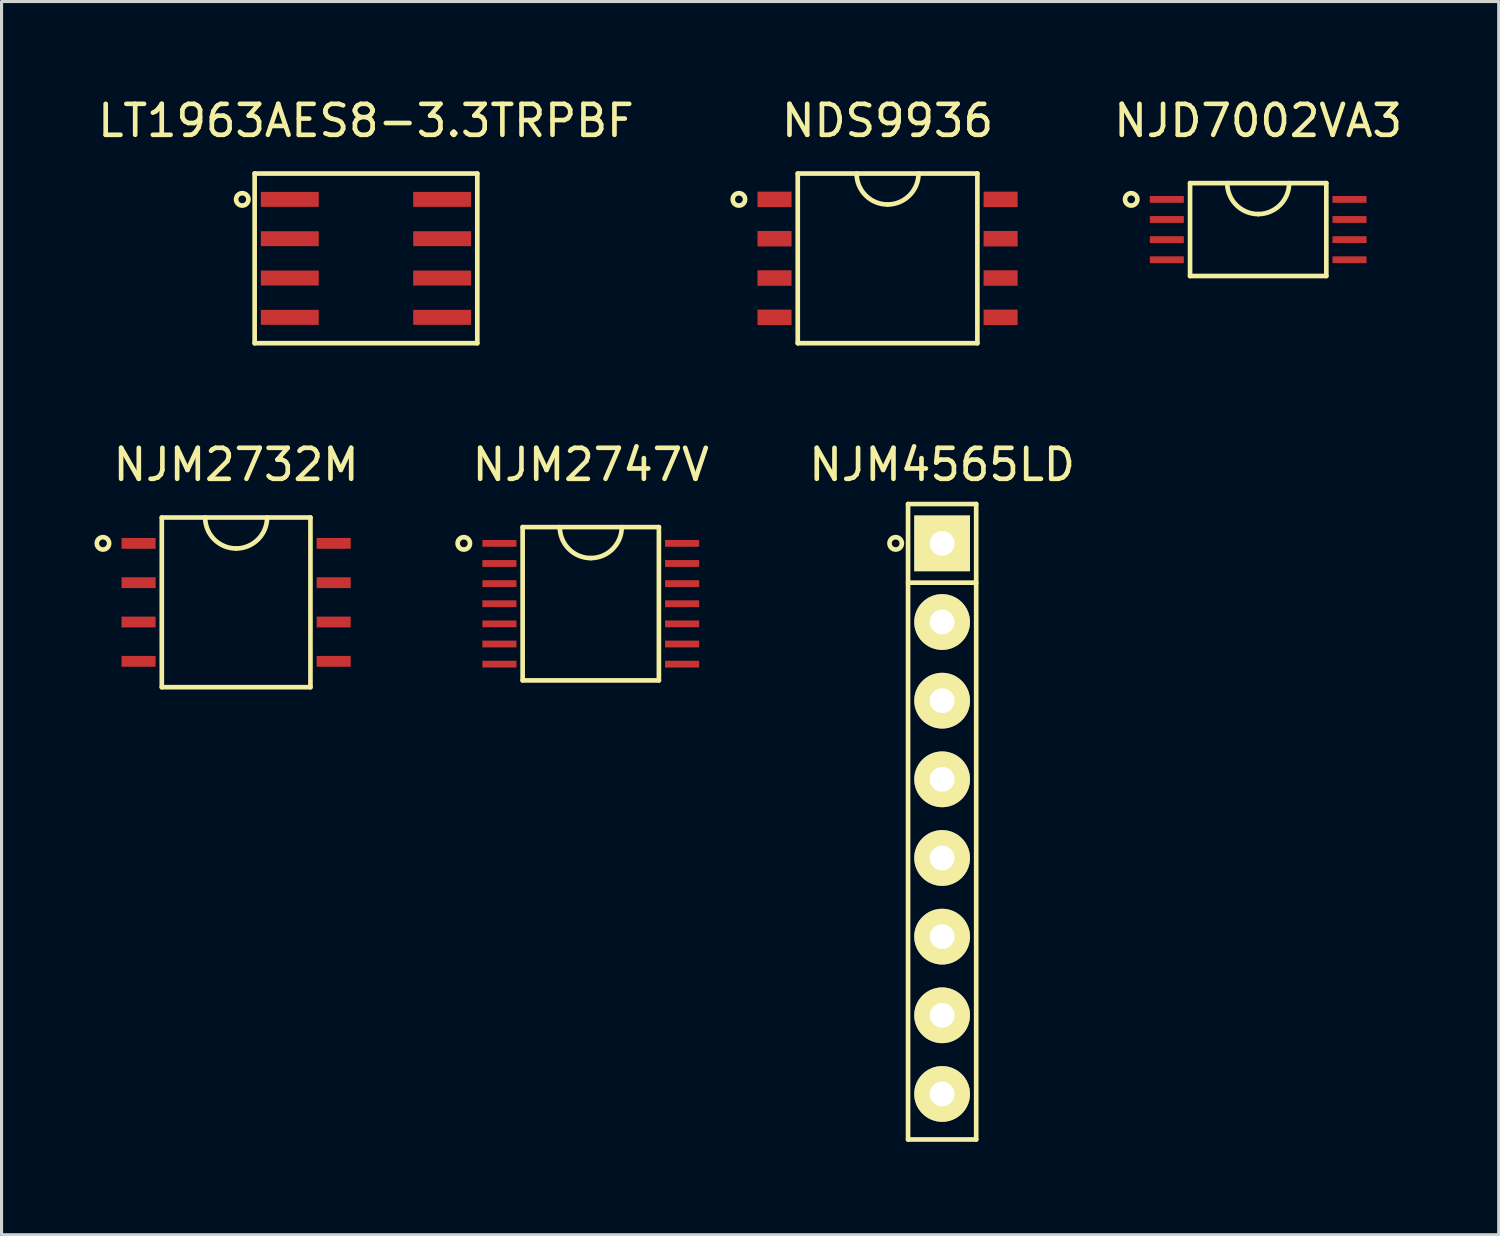
<source format=kicad_pcb>
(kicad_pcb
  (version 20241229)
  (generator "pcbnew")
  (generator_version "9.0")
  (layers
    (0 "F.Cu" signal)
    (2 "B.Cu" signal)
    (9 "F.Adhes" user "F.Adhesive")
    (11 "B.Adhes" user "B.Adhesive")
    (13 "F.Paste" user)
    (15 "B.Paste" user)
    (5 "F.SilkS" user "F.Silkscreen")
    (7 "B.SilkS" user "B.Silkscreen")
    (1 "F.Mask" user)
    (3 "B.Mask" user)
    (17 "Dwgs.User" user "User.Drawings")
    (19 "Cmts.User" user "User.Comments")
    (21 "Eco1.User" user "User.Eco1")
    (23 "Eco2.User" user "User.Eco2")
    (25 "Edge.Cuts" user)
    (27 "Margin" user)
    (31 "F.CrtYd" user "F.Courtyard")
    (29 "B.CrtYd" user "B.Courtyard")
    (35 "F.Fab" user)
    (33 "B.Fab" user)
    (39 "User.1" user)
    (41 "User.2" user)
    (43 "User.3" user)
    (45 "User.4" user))
  (footprint "NDS9936"
    (layer "F.Cu")
    (at 21.961 3.388)
    (property "Reference" "NDS9936" (at 3.65 -2.54 0) (layer "F.SilkS") (effects (font (size 1 1) (thickness 0.15))))
    (attr through_hole)
    (fp_line (start 0.75 -0.835) (end 6.55 -0.835) (stroke (width 0.15) (type solid)) (layer "F.SilkS"))
    (fp_line (start 0.75 4.645) (end 0.75 -0.835) (stroke (width 0.15) (type solid)) (layer "F.SilkS"))
    (fp_line (start 6.55 -0.835) (end 6.55 4.645) (stroke (width 0.15) (type solid)) (layer "F.SilkS"))
    (fp_line (start 6.55 4.645) (end 0.75 4.645) (stroke (width 0.15) (type solid)) (layer "F.SilkS"))
    (fp_arc (start 3.65 0.165) (mid 2.942893 -0.127893) (end 2.65 -0.835) (stroke (width 0.15) (type solid)) (layer "F.SilkS"))
    (fp_arc (start 4.65 -0.835) (mid 4.357107 -0.127893) (end 3.65 0.165) (stroke (width 0.15) (type solid)) (layer "F.SilkS"))
    (fp_circle (center -1.15 0) (end -1.15 0.2) (stroke (width 0.15) (type solid)) (fill no) (layer "F.SilkS"))
    (pad "1" smd rect (at 0 0) (size 1.1 0.5) (layers "F.Cu" "F.Mask" "F.Paste"))
    (pad "2" smd rect (at 0 1.27) (size 1.1 0.5) (layers "F.Cu" "F.Mask" "F.Paste"))
    (pad "3" smd rect (at 0 2.54) (size 1.1 0.5) (layers "F.Cu" "F.Mask" "F.Paste"))
    (pad "4" smd rect (at 0 3.81) (size 1.1 0.5) (layers "F.Cu" "F.Mask" "F.Paste"))
    (pad "5" smd rect (at 7.3 3.81) (size 1.1 0.5) (layers "F.Cu" "F.Mask" "F.Paste"))
    (pad "6" smd rect (at 7.3 2.54) (size 1.1 0.5) (layers "F.Cu" "F.Mask" "F.Paste"))
    (pad "7" smd rect (at 7.3 1.27) (size 1.1 0.5) (layers "F.Cu" "F.Mask" "F.Paste"))
    (pad "8" smd rect (at 7.3 0) (size 1.1 0.5) (layers "F.Cu" "F.Mask" "F.Paste")))
  (footprint "NJM4565LD"
    (layer "F.Cu")
    (at 27.373 14.496)
    (property "Reference" "NJM4565LD" (at 0 -2.54 0) (layer "F.SilkS") (effects (font (size 1 1) (thickness 0.15))))
    (attr through_hole)
    (fp_line (start -1.1 -1.27) (end 1.1 -1.27) (stroke (width 0.15) (type solid)) (layer "F.SilkS"))
    (fp_line (start -1.1 1.27) (end 1.1 1.27) (stroke (width 0.15) (type solid)) (layer "F.SilkS"))
    (fp_line (start -1.1 19.25) (end -1.1 -1.27) (stroke (width 0.15) (type solid)) (layer "F.SilkS"))
    (fp_line (start 1.1 -1.27) (end 1.1 19.25) (stroke (width 0.15) (type solid)) (layer "F.SilkS"))
    (fp_line (start 1.1 19.25) (end -1.1 19.25) (stroke (width 0.15) (type solid)) (layer "F.SilkS"))
    (fp_circle (center -1.5 0) (end -1.5 0.2) (stroke (width 0.15) (type solid)) (fill no) (layer "F.SilkS"))
    (pad "1" thru_hole rect (at 0 0) (size 1.8 1.8) (drill 0.8) (layers "*.Cu" "*.Mask" "F.SilkS"))
    (pad "2" thru_hole circle (at 0 2.54) (size 1.8 1.8) (drill 0.8) (layers "*.Cu" "*.Mask" "F.SilkS"))
    (pad "3" thru_hole circle (at 0 5.08) (size 1.8 1.8) (drill 0.8) (layers "*.Cu" "*.Mask" "F.SilkS"))
    (pad "4" thru_hole circle (at 0 7.62) (size 1.8 1.8) (drill 0.8) (layers "*.Cu" "*.Mask" "F.SilkS"))
    (pad "5" thru_hole circle (at 0 10.16) (size 1.8 1.8) (drill 0.8) (layers "*.Cu" "*.Mask" "F.SilkS"))
    (pad "6" thru_hole circle (at 0 12.7) (size 1.8 1.8) (drill 0.8) (layers "*.Cu" "*.Mask" "F.SilkS"))
    (pad "7" thru_hole circle (at 0 15.24) (size 1.8 1.8) (drill 0.8) (layers "*.Cu" "*.Mask" "F.SilkS"))
    (pad "8" thru_hole circle (at 0 17.78) (size 1.8 1.8) (drill 0.8) (layers "*.Cu" "*.Mask" "F.SilkS")))
  (footprint "NJM2747V"
    (layer "F.Cu")
    (at 13.077 14.496)
    (property "Reference" "NJM2747V" (at 2.95 -2.54 0) (layer "F.SilkS") (effects (font (size 1 1) (thickness 0.15))))
    (attr through_hole)
    (fp_line (start 0.75 -0.525) (end 5.15 -0.525) (stroke (width 0.15) (type solid)) (layer "F.SilkS"))
    (fp_line (start 0.75 4.425) (end 0.75 -0.525) (stroke (width 0.15) (type solid)) (layer "F.SilkS"))
    (fp_line (start 5.15 -0.525) (end 5.15 4.425) (stroke (width 0.15) (type solid)) (layer "F.SilkS"))
    (fp_line (start 5.15 4.425) (end 0.75 4.425) (stroke (width 0.15) (type solid)) (layer "F.SilkS"))
    (fp_arc (start 2.95 0.475) (mid 2.242893 0.182107) (end 1.95 -0.525) (stroke (width 0.15) (type solid)) (layer "F.SilkS"))
    (fp_arc (start 3.95 -0.525) (mid 3.657107 0.182107) (end 2.95 0.475) (stroke (width 0.15) (type solid)) (layer "F.SilkS"))
    (fp_circle (center -1.15 0) (end -1.15 0.2) (stroke (width 0.15) (type solid)) (fill no) (layer "F.SilkS"))
    (pad "1" smd rect (at 0 0) (size 1.1 0.22) (layers "F.Cu" "F.Mask" "F.Paste"))
    (pad "2" smd rect (at 0 0.65) (size 1.1 0.22) (layers "F.Cu" "F.Mask" "F.Paste"))
    (pad "3" smd rect (at 0 1.3) (size 1.1 0.22) (layers "F.Cu" "F.Mask" "F.Paste"))
    (pad "4" smd rect (at 0 1.95) (size 1.1 0.22) (layers "F.Cu" "F.Mask" "F.Paste"))
    (pad "5" smd rect (at 0 2.6) (size 1.1 0.22) (layers "F.Cu" "F.Mask" "F.Paste"))
    (pad "6" smd rect (at 0 3.25) (size 1.1 0.22) (layers "F.Cu" "F.Mask" "F.Paste"))
    (pad "7" smd rect (at 0 3.9) (size 1.1 0.22) (layers "F.Cu" "F.Mask" "F.Paste"))
    (pad "8" smd rect (at 5.9 3.9) (size 1.1 0.22) (layers "F.Cu" "F.Mask" "F.Paste"))
    (pad "9" smd rect (at 5.9 3.25) (size 1.1 0.22) (layers "F.Cu" "F.Mask" "F.Paste"))
    (pad "10" smd rect (at 5.9 2.6) (size 1.1 0.22) (layers "F.Cu" "F.Mask" "F.Paste"))
    (pad "11" smd rect (at 5.9 1.95) (size 1.1 0.22) (layers "F.Cu" "F.Mask" "F.Paste"))
    (pad "12" smd rect (at 5.9 1.3) (size 1.1 0.22) (layers "F.Cu" "F.Mask" "F.Paste"))
    (pad "13" smd rect (at 5.9 0.65) (size 1.1 0.22) (layers "F.Cu" "F.Mask" "F.Paste"))
    (pad "14" smd rect (at 5.9 0) (size 1.1 0.22) (layers "F.Cu" "F.Mask" "F.Paste")))
  (footprint "LT1963AES8-3.3TRPBF"
    (layer "F.Cu")
    (at 6.308 3.388)
    (property "Reference" "LT1963AES8-3.3TRPBF" (at 2.46 -2.54 0) (layer "F.SilkS") (effects (font (size 1 1) (thickness 0.15))))
    (attr through_hole)
    (fp_line (start -1.135 -0.835) (end 6.055 -0.835) (stroke (width 0.15) (type solid)) (layer "F.SilkS"))
    (fp_line (start -1.135 4.645) (end -1.135 -0.835) (stroke (width 0.15) (type solid)) (layer "F.SilkS"))
    (fp_line (start 6.055 -0.835) (end 6.055 4.645) (stroke (width 0.15) (type solid)) (layer "F.SilkS"))
    (fp_line (start 6.055 4.645) (end -1.135 4.645) (stroke (width 0.15) (type solid)) (layer "F.SilkS"))
    (fp_circle (center -1.535 0) (end -1.535 0.2) (stroke (width 0.15) (type solid)) (fill no) (layer "F.SilkS"))
    (pad "1" smd rect (at 0 0) (size 1.87 0.483) (layers "F.Cu" "F.Mask" "F.Paste"))
    (pad "2" smd rect (at 0 1.27) (size 1.87 0.483) (layers "F.Cu" "F.Mask" "F.Paste"))
    (pad "3" smd rect (at 0 2.54) (size 1.87 0.483) (layers "F.Cu" "F.Mask" "F.Paste"))
    (pad "4" smd rect (at 0 3.81) (size 1.87 0.483) (layers "F.Cu" "F.Mask" "F.Paste"))
    (pad "5" smd rect (at 4.92 3.81) (size 1.87 0.483) (layers "F.Cu" "F.Mask" "F.Paste"))
    (pad "6" smd rect (at 4.92 2.54) (size 1.87 0.483) (layers "F.Cu" "F.Mask" "F.Paste"))
    (pad "7" smd rect (at 4.92 1.27) (size 1.87 0.483) (layers "F.Cu" "F.Mask" "F.Paste"))
    (pad "8" smd rect (at 4.92 0) (size 1.87 0.483) (layers "F.Cu" "F.Mask" "F.Paste")))
  (footprint "NJM2732M"
    (layer "F.Cu")
    (at 1.425 14.496)
    (property "Reference" "NJM2732M" (at 3.15 -2.54 0) (layer "F.SilkS") (effects (font (size 1 1) (thickness 0.15))))
    (attr through_hole)
    (fp_line (start 0.75 -0.835) (end 5.55 -0.835) (stroke (width 0.15) (type solid)) (layer "F.SilkS"))
    (fp_line (start 0.75 4.645) (end 0.75 -0.835) (stroke (width 0.15) (type solid)) (layer "F.SilkS"))
    (fp_line (start 5.55 -0.835) (end 5.55 4.645) (stroke (width 0.15) (type solid)) (layer "F.SilkS"))
    (fp_line (start 5.55 4.645) (end 0.75 4.645) (stroke (width 0.15) (type solid)) (layer "F.SilkS"))
    (fp_arc (start 3.15 0.165) (mid 2.442893 -0.127893) (end 2.15 -0.835) (stroke (width 0.15) (type solid)) (layer "F.SilkS"))
    (fp_arc (start 4.15 -0.835) (mid 3.857107 -0.127893) (end 3.15 0.165) (stroke (width 0.15) (type solid)) (layer "F.SilkS"))
    (fp_circle (center -1.15 0) (end -1.15 0.2) (stroke (width 0.15) (type solid)) (fill no) (layer "F.SilkS"))
    (pad "1" smd rect (at 0 0) (size 1.1 0.35) (layers "F.Cu" "F.Mask" "F.Paste"))
    (pad "2" smd rect (at 0 1.27) (size 1.1 0.35) (layers "F.Cu" "F.Mask" "F.Paste"))
    (pad "3" smd rect (at 0 2.54) (size 1.1 0.35) (layers "F.Cu" "F.Mask" "F.Paste"))
    (pad "4" smd rect (at 0 3.81) (size 1.1 0.35) (layers "F.Cu" "F.Mask" "F.Paste"))
    (pad "5" smd rect (at 6.3 3.81) (size 1.1 0.35) (layers "F.Cu" "F.Mask" "F.Paste"))
    (pad "6" smd rect (at 6.3 2.54) (size 1.1 0.35) (layers "F.Cu" "F.Mask" "F.Paste"))
    (pad "7" smd rect (at 6.3 1.27) (size 1.1 0.35) (layers "F.Cu" "F.Mask" "F.Paste"))
    (pad "8" smd rect (at 6.3 0) (size 1.1 0.35) (layers "F.Cu" "F.Mask" "F.Paste")))
  (footprint "NJD7002VA3"
    (layer "F.Cu")
    (at 34.629 3.388)
    (property "Reference" "NJD7002VA3" (at 2.95 -2.54 0) (layer "F.SilkS") (effects (font (size 1 1) (thickness 0.15))))
    (attr through_hole)
    (fp_line (start 0.75 -0.525) (end 5.15 -0.525) (stroke (width 0.15) (type solid)) (layer "F.SilkS"))
    (fp_line (start 0.75 2.475) (end 0.75 -0.525) (stroke (width 0.15) (type solid)) (layer "F.SilkS"))
    (fp_line (start 5.15 -0.525) (end 5.15 2.475) (stroke (width 0.15) (type solid)) (layer "F.SilkS"))
    (fp_line (start 5.15 2.475) (end 0.75 2.475) (stroke (width 0.15) (type solid)) (layer "F.SilkS"))
    (fp_arc (start 2.95 0.475) (mid 2.242893 0.182107) (end 1.95 -0.525) (stroke (width 0.15) (type solid)) (layer "F.SilkS"))
    (fp_arc (start 3.95 -0.525) (mid 3.657107 0.182107) (end 2.95 0.475) (stroke (width 0.15) (type solid)) (layer "F.SilkS"))
    (fp_circle (center -1.15 0) (end -1.15 0.2) (stroke (width 0.15) (type solid)) (fill no) (layer "F.SilkS"))
    (pad "1" smd rect (at 0 0) (size 1.1 0.22) (layers "F.Cu" "F.Mask" "F.Paste"))
    (pad "2" smd rect (at 0 0.65) (size 1.1 0.22) (layers "F.Cu" "F.Mask" "F.Paste"))
    (pad "3" smd rect (at 0 1.3) (size 1.1 0.22) (layers "F.Cu" "F.Mask" "F.Paste"))
    (pad "4" smd rect (at 0 1.95) (size 1.1 0.22) (layers "F.Cu" "F.Mask" "F.Paste"))
    (pad "5" smd rect (at 5.9 1.95) (size 1.1 0.22) (layers "F.Cu" "F.Mask" "F.Paste"))
    (pad "6" smd rect (at 5.9 1.3) (size 1.1 0.22) (layers "F.Cu" "F.Mask" "F.Paste"))
    (pad "7" smd rect (at 5.9 0.65) (size 1.1 0.22) (layers "F.Cu" "F.Mask" "F.Paste"))
    (pad "8" smd rect (at 5.9 0) (size 1.1 0.22) (layers "F.Cu" "F.Mask" "F.Paste")))
  (gr_rect
    (start -3 -3)
    (end 45.346 36.822)
    (stroke (width 0.1) (type default))
    (fill no)
    (layer "Edge.Cuts")))
</source>
